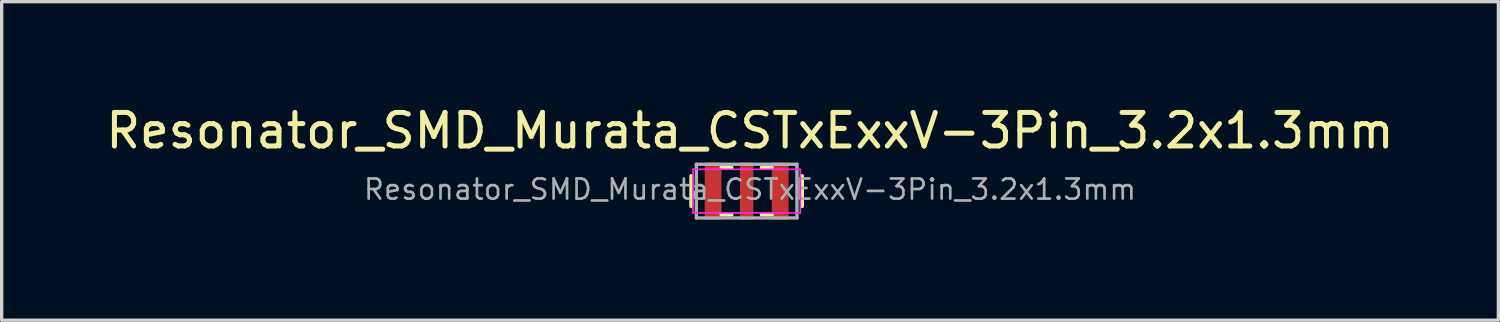
<source format=kicad_pcb>
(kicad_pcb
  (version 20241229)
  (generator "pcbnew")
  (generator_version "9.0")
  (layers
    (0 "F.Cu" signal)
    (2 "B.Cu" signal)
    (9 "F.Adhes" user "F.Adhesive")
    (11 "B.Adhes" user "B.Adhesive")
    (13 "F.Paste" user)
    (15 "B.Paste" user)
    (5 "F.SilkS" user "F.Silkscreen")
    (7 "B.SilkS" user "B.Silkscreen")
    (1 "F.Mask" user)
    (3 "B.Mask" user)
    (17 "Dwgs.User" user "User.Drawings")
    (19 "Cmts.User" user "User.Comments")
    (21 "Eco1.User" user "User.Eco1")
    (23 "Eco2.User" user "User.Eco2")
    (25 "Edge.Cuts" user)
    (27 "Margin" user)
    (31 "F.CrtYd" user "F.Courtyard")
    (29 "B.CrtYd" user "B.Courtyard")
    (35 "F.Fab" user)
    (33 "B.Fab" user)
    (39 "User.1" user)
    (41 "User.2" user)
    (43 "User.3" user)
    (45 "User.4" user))
  (footprint "Resonator_SMD_Murata_CSTxExxV-3Pin_3.2x1.3mm"
    (layer "F.Cu")
    (at 19.215 2.648)
    (property "Reference" "Resonator_SMD_Murata_CSTxExxV-3Pin_3.2x1.3mm" (at 0.1 -1.8 0) (layer "F.SilkS") (effects (font (size 1 1) (thickness 0.15))))
    (attr smd)
    (fp_line (start -1.65 0.45) (end -1.65 -0.45) (stroke (width 0.12) (type solid)) (layer "F.SilkS"))
    (fp_line (start -0.45 -0.7) (end -0.75 -0.7) (stroke (width 0.12) (type solid)) (layer "F.SilkS"))
    (fp_line (start -0.45 0.7) (end -0.75 0.7) (stroke (width 0.12) (type solid)) (layer "F.SilkS"))
    (fp_line (start 0.75 -0.7) (end 0.45 -0.7) (stroke (width 0.12) (type solid)) (layer "F.SilkS"))
    (fp_line (start 0.75 0.7) (end 0.45 0.7) (stroke (width 0.12) (type solid)) (layer "F.SilkS"))
    (fp_line (start 1.65 0.45) (end 1.65 -0.45) (stroke (width 0.12) (type solid)) (layer "F.SilkS"))
    (fp_line (start -1.6 -0.65) (end 1.6 -0.65) (stroke (width 0.05) (type solid)) (layer "F.CrtYd"))
    (fp_line (start -1.6 0.65) (end -1.6 -0.65) (stroke (width 0.05) (type solid)) (layer "F.CrtYd"))
    (fp_line (start -1.6 0.65) (end 1.6 0.65) (stroke (width 0.05) (type solid)) (layer "F.CrtYd"))
    (fp_line (start 1.6 -0.65) (end 1.6 0.65) (stroke (width 0.05) (type solid)) (layer "F.CrtYd"))
    (fp_line (start -1.5 0.8) (end -1.5 -0.8) (stroke (width 0.1) (type solid)) (layer "F.Fab"))
    (fp_line (start -1.5 0.8) (end 1.5 0.8) (stroke (width 0.1) (type solid)) (layer "F.Fab"))
    (fp_line (start 1.5 -0.8) (end -1.5 -0.8) (stroke (width 0.1) (type solid)) (layer "F.Fab"))
    (fp_line (start 1.5 0.8) (end 1.5 -0.8) (stroke (width 0.1) (type solid)) (layer "F.Fab"))
    (fp_text user "${REFERENCE}" (at 0.1 -0.05 0) (layer "F.Fab") (effects (font (size 0.6 0.6) (thickness 0.08))))
    (pad "1" smd rect (at -1 0) (size 0.5 1.7) (layers "F.Cu" "F.Mask" "F.Paste"))
    (pad "2" smd rect (at 0 0) (size 0.4 1.7) (layers "F.Cu" "F.Mask" "F.Paste"))
    (pad "3" smd rect (at 1 0) (size 0.5 1.7) (layers "F.Cu" "F.Mask" "F.Paste")))
  (gr_rect
    (start -3 -3)
    (end 41.631 6.498)
    (stroke (width 0.1) (type default))
    (fill no)
    (layer "Edge.Cuts")))
</source>
